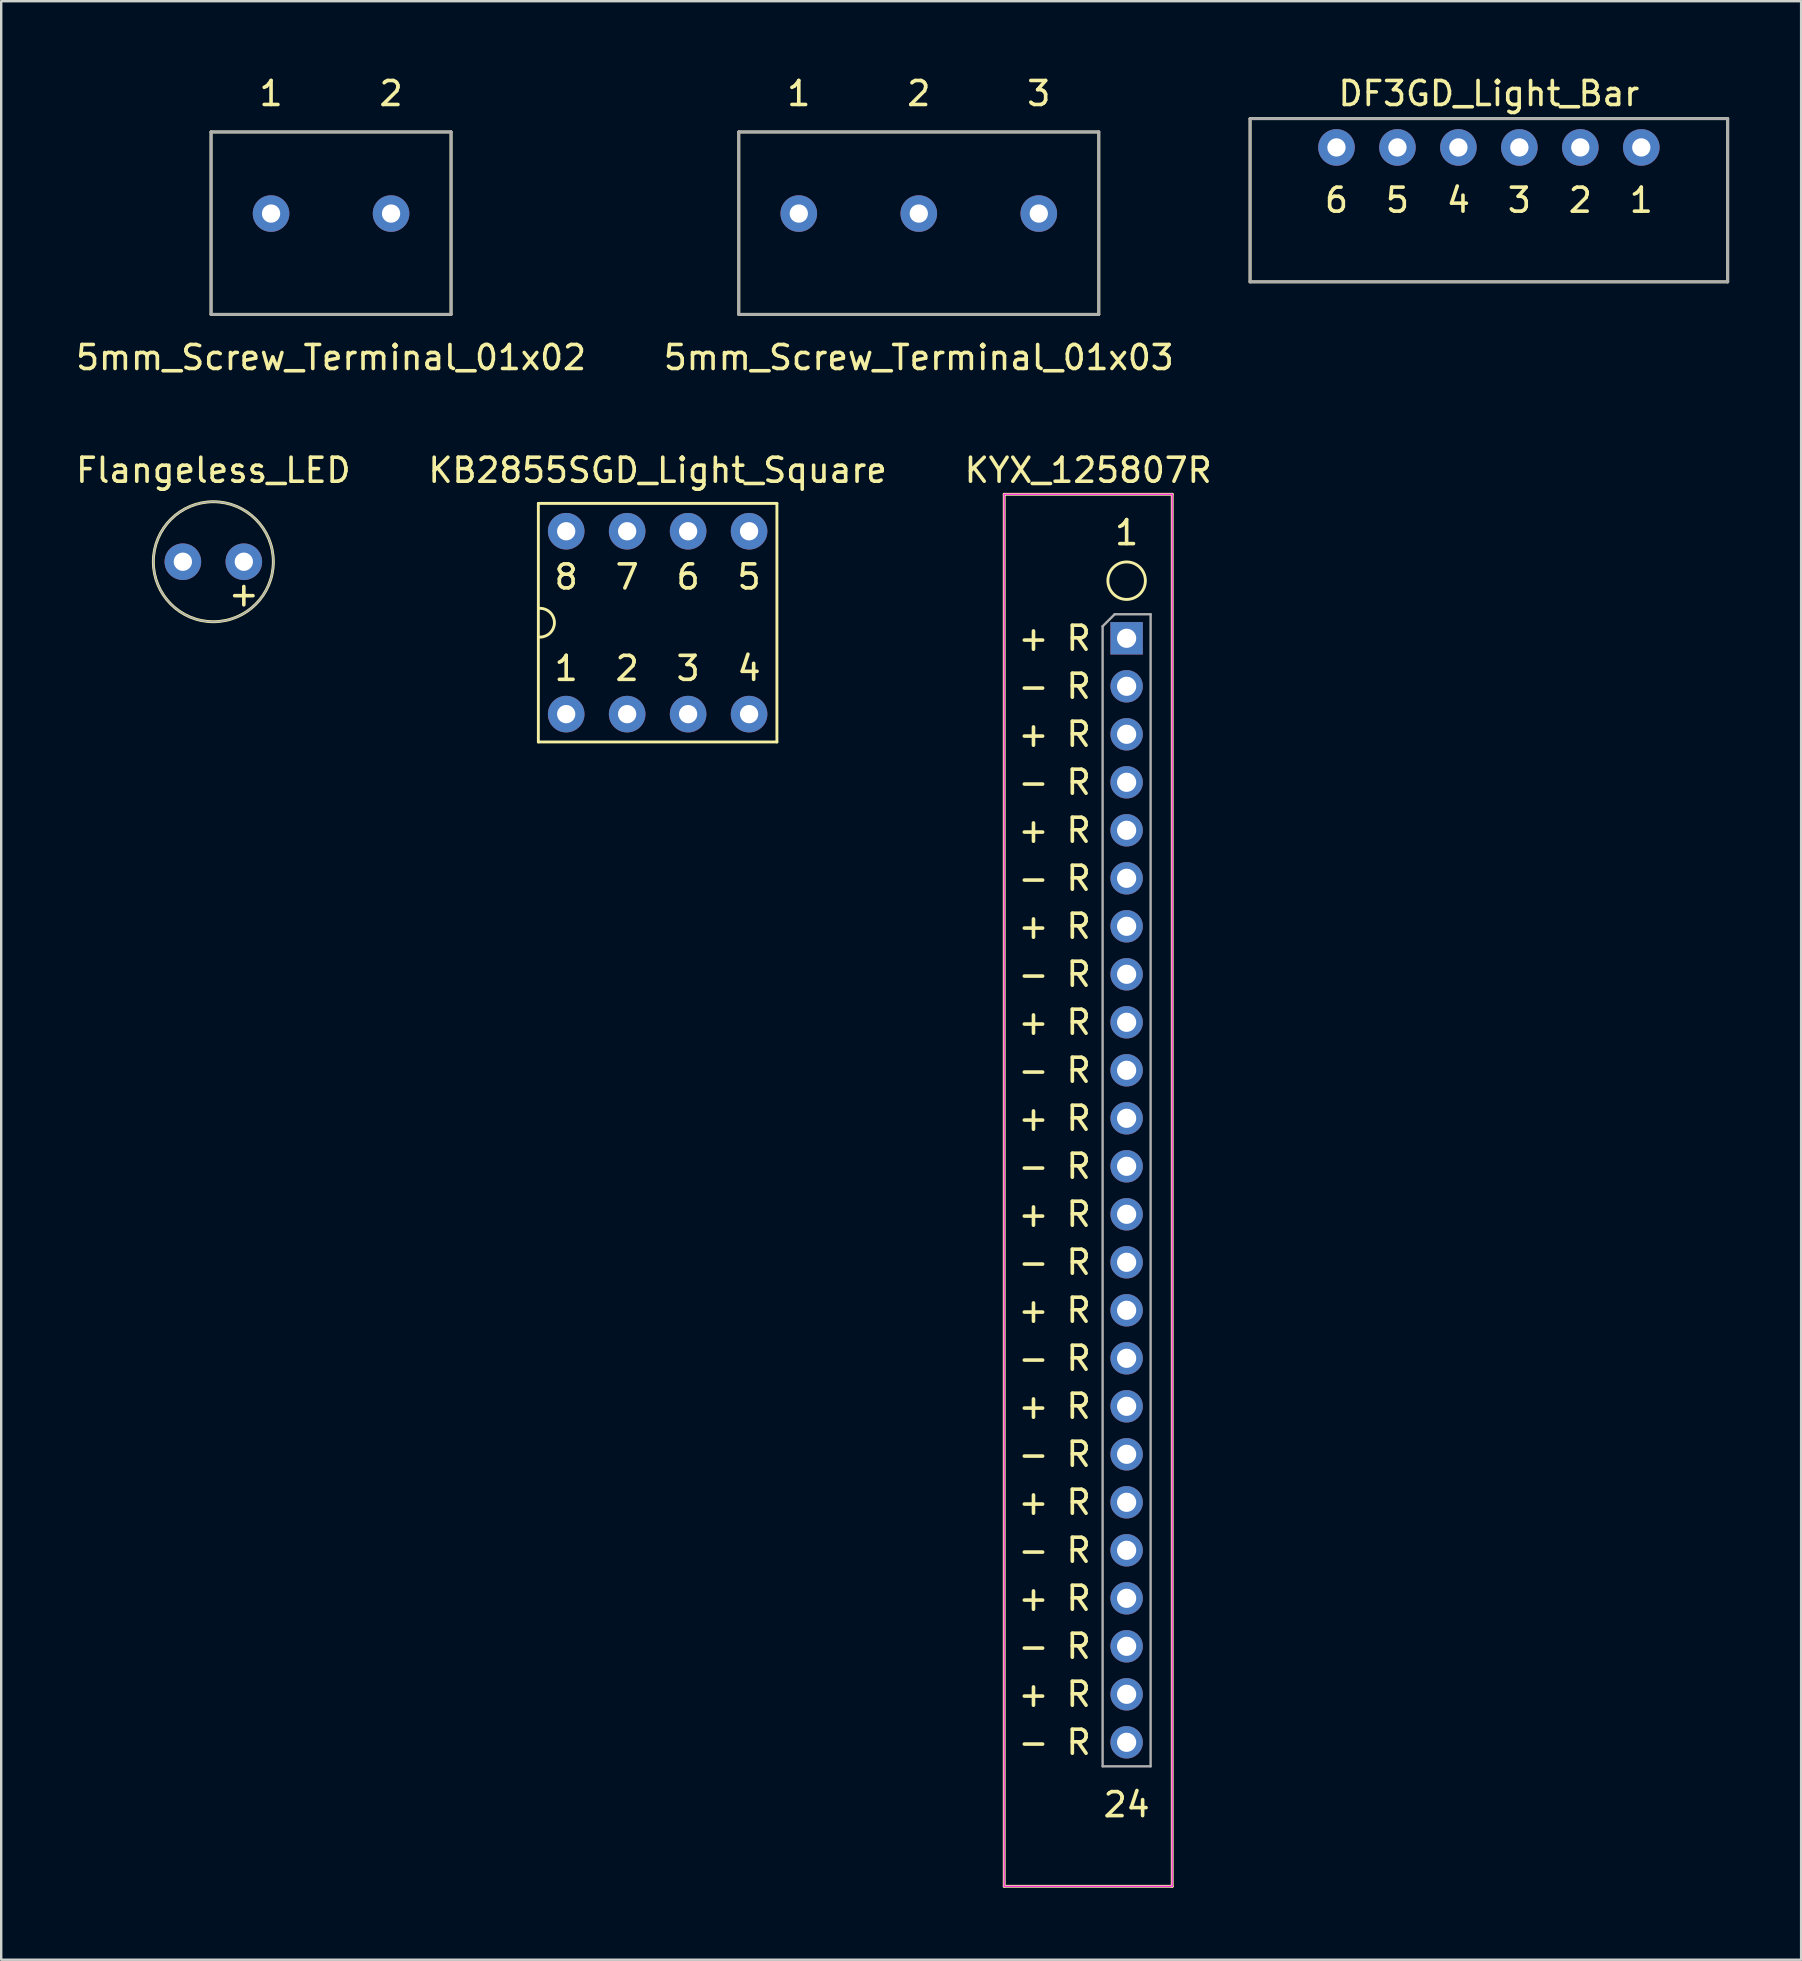
<source format=kicad_pcb>
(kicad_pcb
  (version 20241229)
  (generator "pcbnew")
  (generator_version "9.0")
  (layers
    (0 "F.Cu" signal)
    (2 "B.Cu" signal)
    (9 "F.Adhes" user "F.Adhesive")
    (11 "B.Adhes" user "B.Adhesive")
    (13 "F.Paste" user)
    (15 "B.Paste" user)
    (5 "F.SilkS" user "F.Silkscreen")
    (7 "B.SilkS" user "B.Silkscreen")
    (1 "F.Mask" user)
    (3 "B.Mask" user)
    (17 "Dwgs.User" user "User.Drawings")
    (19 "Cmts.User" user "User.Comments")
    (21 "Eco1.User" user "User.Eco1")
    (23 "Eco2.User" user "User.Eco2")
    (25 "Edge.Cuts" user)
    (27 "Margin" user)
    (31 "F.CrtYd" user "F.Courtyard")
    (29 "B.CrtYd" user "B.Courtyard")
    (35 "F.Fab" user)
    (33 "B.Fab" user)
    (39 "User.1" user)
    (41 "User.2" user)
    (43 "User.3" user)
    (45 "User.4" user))
  (footprint "KB2855SGD_Light_Square"
    (layer "F.Cu")
    (at 24.351 22.895)
    (property "Reference" "KB2855SGD_Light_Square" (at 0 -6.35 0) (layer "F.SilkS") (effects (font (size 1 1) (thickness 0.15))))
    (attr through_hole)
    (fp_line (start -4.97 -4.97) (end 4.97 -4.97) (stroke (width 0.12) (type solid)) (layer "F.SilkS"))
    (fp_line (start -4.97 4.97) (end -4.97 -4.97) (stroke (width 0.12) (type solid)) (layer "F.SilkS"))
    (fp_line (start 4.97 -4.97) (end 4.97 4.97) (stroke (width 0.12) (type solid)) (layer "F.SilkS"))
    (fp_line (start 4.97 4.97) (end -4.97 4.97) (stroke (width 0.12) (type solid)) (layer "F.SilkS"))
    (fp_arc (start -4.9 -0.6) (mid -4.3 0) (end -4.9 0.6) (stroke (width 0.12) (type solid)) (layer "F.SilkS"))
    (fp_text user "1" (at -3.81 1.905 0) (layer "F.SilkS") (effects (font (size 1 1) (thickness 0.15))))
    (fp_text user "6" (at 1.27 -1.905 0) (layer "F.SilkS") (effects (font (size 1 1) (thickness 0.15))))
    (fp_text user "7" (at -1.27 -1.905 0) (layer "F.SilkS") (effects (font (size 1 1) (thickness 0.15))))
    (fp_text user "3" (at 1.27 1.905 0) (layer "F.SilkS") (effects (font (size 1 1) (thickness 0.15))))
    (fp_text user "4" (at 3.81 1.905 0) (layer "F.SilkS") (effects (font (size 1 1) (thickness 0.15))))
    (fp_text user "2" (at -1.27 1.905 0) (layer "F.SilkS") (effects (font (size 1 1) (thickness 0.15))))
    (fp_text user "8" (at -3.81 -1.905 0) (layer "F.SilkS") (effects (font (size 1 1) (thickness 0.15))))
    (fp_text user "5" (at 3.81 -1.905 0) (layer "F.SilkS") (effects (font (size 1 1) (thickness 0.15))))
    (pad "1" thru_hole circle (at -3.81 3.81) (size 1.524 1.524) (drill 0.762) (layers "*.Cu" "*.Mask"))
    (pad "2" thru_hole circle (at -1.27 3.81) (size 1.524 1.524) (drill 0.762) (layers "*.Cu" "*.Mask"))
    (pad "3" thru_hole circle (at 1.27 3.81) (size 1.524 1.524) (drill 0.762) (layers "*.Cu" "*.Mask"))
    (pad "4" thru_hole circle (at 3.81 3.81) (size 1.524 1.524) (drill 0.762) (layers "*.Cu" "*.Mask"))
    (pad "5" thru_hole circle (at 3.81 -3.81) (size 1.524 1.524) (drill 0.762) (layers "*.Cu" "*.Mask"))
    (pad "6" thru_hole circle (at 1.27 -3.81) (size 1.524 1.524) (drill 0.762) (layers "*.Cu" "*.Mask"))
    (pad "7" thru_hole circle (at -1.27 -3.81) (size 1.524 1.524) (drill 0.762) (layers "*.Cu" "*.Mask"))
    (pad "8" thru_hole circle (at -3.81 -3.81) (size 1.524 1.524) (drill 0.762) (layers "*.Cu" "*.Mask")))
  (footprint "KYX_125807R"
    (layer "F.Cu")
    (at 43.892 21.145)
    (property "Reference" "KYX_125807R" (at -1.6 -4.6 0) (layer "F.SilkS") (effects (font (size 1 1) (thickness 0.15))))
    (attr through_hole)
    (fp_line (start -5.1 -3.6) (end -5.1 54.4) (stroke (width 0.12) (type solid)) (layer "F.SilkS"))
    (fp_line (start -5.1 -3.6) (end 1.9 -3.6) (stroke (width 0.12) (type solid)) (layer "F.SilkS"))
    (fp_line (start -5.1 54.4) (end 1.9 54.4) (stroke (width 0.12) (type solid)) (layer "F.SilkS"))
    (fp_line (start 1.9 -3.6) (end 1.9 54.4) (stroke (width 0.12) (type solid)) (layer "F.SilkS"))
    (fp_circle (center 0 0) (end 0.6 -0.5) (stroke (width 0.12) (type solid)) (fill no) (layer "F.SilkS"))
    (fp_line (start -5.1 -3.6) (end -5.1 54.4) (stroke (width 0.05) (type solid)) (layer "F.CrtYd"))
    (fp_line (start -5.1 54.4) (end 1.9 54.4) (stroke (width 0.05) (type solid)) (layer "F.CrtYd"))
    (fp_line (start 1.9 -3.6) (end -5.1 -3.6) (stroke (width 0.05) (type solid)) (layer "F.CrtYd"))
    (fp_line (start 1.9 54.4) (end 1.9 -3.6) (stroke (width 0.05) (type solid)) (layer "F.CrtYd"))
    (fp_line (start -1 1.9) (end -0.5 1.4) (stroke (width 0.1) (type solid)) (layer "F.Fab"))
    (fp_line (start -1 49.4) (end -1 1.9) (stroke (width 0.1) (type solid)) (layer "F.Fab"))
    (fp_line (start -0.5 1.4) (end 1 1.4) (stroke (width 0.1) (type solid)) (layer "F.Fab"))
    (fp_line (start 1 1.4) (end 1 49.4) (stroke (width 0.1) (type solid)) (layer "F.Fab"))
    (fp_line (start 1 49.4) (end -1 49.4) (stroke (width 0.1) (type solid)) (layer "F.Fab"))
    (fp_text user "+ R" (at -3 14.4 0) (unlocked yes) (layer "F.SilkS") (effects (font (size 1 1) (thickness 0.15))))
    (fp_text user "- R" (at -3 20.4 0) (unlocked yes) (layer "F.SilkS") (effects (font (size 1 1) (thickness 0.15))))
    (fp_text user "+ R" (at -3 22.4 0) (unlocked yes) (layer "F.SilkS") (effects (font (size 1 1) (thickness 0.15))))
    (fp_text user "- R" (at -3 32.4 0) (unlocked yes) (layer "F.SilkS") (effects (font (size 1 1) (thickness 0.15))))
    (fp_text user "- R" (at -3 48.4 0) (unlocked yes) (layer "F.SilkS") (effects (font (size 1 1) (thickness 0.15))))
    (fp_text user "- R" (at -3 24.4 0) (unlocked yes) (layer "F.SilkS") (effects (font (size 1 1) (thickness 0.15))))
    (fp_text user "+ R" (at -3 2.4 0) (unlocked yes) (layer "F.SilkS") (effects (font (size 1 1) (thickness 0.15))))
    (fp_text user "+ R" (at -3 34.4 0) (unlocked yes) (layer "F.SilkS") (effects (font (size 1 1) (thickness 0.15))))
    (fp_text user "+ R" (at -3 38.4 0) (unlocked yes) (layer "F.SilkS") (effects (font (size 1 1) (thickness 0.15))))
    (fp_text user "+ R" (at -3 10.4 0) (unlocked yes) (layer "F.SilkS") (effects (font (size 1 1) (thickness 0.15))))
    (fp_text user "+ R" (at -3 42.4 0) (unlocked yes) (layer "F.SilkS") (effects (font (size 1 1) (thickness 0.15))))
    (fp_text user "- R" (at -3 36.4 0) (unlocked yes) (layer "F.SilkS") (effects (font (size 1 1) (thickness 0.15))))
    (fp_text user "- R" (at -3 40.4 0) (unlocked yes) (layer "F.SilkS") (effects (font (size 1 1) (thickness 0.15))))
    (fp_text user "- R" (at -3 4.4 0) (unlocked yes) (layer "F.SilkS") (effects (font (size 1 1) (thickness 0.15))))
    (fp_text user "+ R" (at -3 30.4 0) (unlocked yes) (layer "F.SilkS") (effects (font (size 1 1) (thickness 0.15))))
    (fp_text user "- R" (at -3 16.4 0) (unlocked yes) (layer "F.SilkS") (effects (font (size 1 1) (thickness 0.15))))
    (fp_text user "+ R" (at -3 46.4 0) (unlocked yes) (layer "F.SilkS") (effects (font (size 1 1) (thickness 0.15))))
    (fp_text user "- R" (at -3 44.4 0) (unlocked yes) (layer "F.SilkS") (effects (font (size 1 1) (thickness 0.15))))
    (fp_text user "+ R" (at -3 18.4 0) (unlocked yes) (layer "F.SilkS") (effects (font (size 1 1) (thickness 0.15))))
    (fp_text user "24" (at 0 51 0) (layer "F.SilkS") (effects (font (size 1 1) (thickness 0.15))))
    (fp_text user "- R" (at -3 12.4 0) (unlocked yes) (layer "F.SilkS") (effects (font (size 1 1) (thickness 0.15))))
    (fp_text user "1" (at 0 -2 0) (layer "F.SilkS") (effects (font (size 1 1) (thickness 0.15))))
    (fp_text user "+ R" (at -3 26.4 0) (unlocked yes) (layer "F.SilkS") (effects (font (size 1 1) (thickness 0.15))))
    (fp_text user "- R" (at -3 28.4 0) (unlocked yes) (layer "F.SilkS") (effects (font (size 1 1) (thickness 0.15))))
    (fp_text user "+ R" (at -3 6.4 0) (unlocked yes) (layer "F.SilkS") (effects (font (size 1 1) (thickness 0.15))))
    (fp_text user "- R" (at -3 8.4 0) (unlocked yes) (layer "F.SilkS") (effects (font (size 1 1) (thickness 0.15))))
    (pad "1" thru_hole rect (at 0 2.4) (size 1.35 1.35) (drill 0.8) (layers "*.Cu" "*.Mask"))
    (pad "2" thru_hole oval (at 0 4.4) (size 1.35 1.35) (drill 0.8) (layers "*.Cu" "*.Mask"))
    (pad "3" thru_hole oval (at 0 6.4) (size 1.35 1.35) (drill 0.8) (layers "*.Cu" "*.Mask"))
    (pad "4" thru_hole oval (at 0 8.4) (size 1.35 1.35) (drill 0.8) (layers "*.Cu" "*.Mask"))
    (pad "5" thru_hole oval (at 0 10.4) (size 1.35 1.35) (drill 0.8) (layers "*.Cu" "*.Mask"))
    (pad "6" thru_hole oval (at 0 12.4) (size 1.35 1.35) (drill 0.8) (layers "*.Cu" "*.Mask"))
    (pad "7" thru_hole oval (at 0 14.4) (size 1.35 1.35) (drill 0.8) (layers "*.Cu" "*.Mask"))
    (pad "8" thru_hole oval (at 0 16.4) (size 1.35 1.35) (drill 0.8) (layers "*.Cu" "*.Mask"))
    (pad "9" thru_hole oval (at 0 18.4) (size 1.35 1.35) (drill 0.8) (layers "*.Cu" "*.Mask"))
    (pad "10" thru_hole oval (at 0 20.4) (size 1.35 1.35) (drill 0.8) (layers "*.Cu" "*.Mask"))
    (pad "11" thru_hole oval (at 0 22.4) (size 1.35 1.35) (drill 0.8) (layers "*.Cu" "*.Mask"))
    (pad "12" thru_hole oval (at 0 24.4) (size 1.35 1.35) (drill 0.8) (layers "*.Cu" "*.Mask"))
    (pad "13" thru_hole oval (at 0 26.4) (size 1.35 1.35) (drill 0.8) (layers "*.Cu" "*.Mask"))
    (pad "14" thru_hole oval (at 0 28.4) (size 1.35 1.35) (drill 0.8) (layers "*.Cu" "*.Mask"))
    (pad "15" thru_hole oval (at 0 30.4) (size 1.35 1.35) (drill 0.8) (layers "*.Cu" "*.Mask"))
    (pad "16" thru_hole oval (at 0 32.4) (size 1.35 1.35) (drill 0.8) (layers "*.Cu" "*.Mask"))
    (pad "17" thru_hole oval (at 0 34.4) (size 1.35 1.35) (drill 0.8) (layers "*.Cu" "*.Mask"))
    (pad "18" thru_hole oval (at 0 36.4) (size 1.35 1.35) (drill 0.8) (layers "*.Cu" "*.Mask"))
    (pad "19" thru_hole oval (at 0 38.4) (size 1.35 1.35) (drill 0.8) (layers "*.Cu" "*.Mask"))
    (pad "20" thru_hole oval (at 0 40.4) (size 1.35 1.35) (drill 0.8) (layers "*.Cu" "*.Mask"))
    (pad "21" thru_hole oval (at 0 42.4) (size 1.35 1.35) (drill 0.8) (layers "*.Cu" "*.Mask"))
    (pad "22" thru_hole oval (at 0 44.4) (size 1.35 1.35) (drill 0.8) (layers "*.Cu" "*.Mask"))
    (pad "23" thru_hole oval (at 0 46.4) (size 1.35 1.35) (drill 0.8) (layers "*.Cu" "*.Mask"))
    (pad "24" thru_hole oval (at 0 48.4) (size 1.35 1.35) (drill 0.8) (layers "*.Cu" "*.Mask")))
  (footprint "Flangeless_LED"
    (layer "F.Cu")
    (at 4.569 20.355)
    (property "Reference" "Flangeless_LED" (at 1.27 -3.81 0) (layer "F.SilkS") (effects (font (size 1 1) (thickness 0.15))))
    (attr through_hole)
    (fp_circle (center 1.27 0) (end 3.77 0) (stroke (width 0.12) (type solid)) (fill no) (layer "F.SilkS"))
    (fp_circle (center 1.27 0) (end 3.77 0) (stroke (width 0.064) (type solid)) (fill no) (layer "F.Fab"))
    (fp_text user "+" (at 2.54 1.34 0) (layer "F.SilkS") (effects (font (size 1 1) (thickness 0.15))))
    (pad "1" thru_hole circle (at 0 0) (size 1.524 1.524) (drill 0.762) (layers "*.Cu" "*.Mask"))
    (pad "2" thru_hole circle (at 2.54 0) (size 1.524 1.524) (drill 0.762) (layers "*.Cu" "*.Mask")))
  (footprint "5mm_Screw_Terminal_01x03"
    (layer "F.Cu")
    (at 35.232 5.848)
    (property "Reference" "5mm_Screw_Terminal_01x03" (at 0 6 0) (layer "F.SilkS") (effects (font (size 1 1) (thickness 0.15))))
    (attr through_hole)
    (fp_line (start -7.5 -3.4) (end -7.5 4.2) (stroke (width 0.12) (type solid)) (layer "F.SilkS"))
    (fp_line (start -7.5 4.2) (end 7.5 4.2) (stroke (width 0.12) (type solid)) (layer "F.SilkS"))
    (fp_line (start 7.5 -3.4) (end -7.5 -3.4) (stroke (width 0.12) (type solid)) (layer "F.SilkS"))
    (fp_line (start 7.5 4.2) (end 7.5 -3.4) (stroke (width 0.12) (type solid)) (layer "F.SilkS"))
    (fp_line (start -7.5 -3.4) (end -7.5 4.2) (stroke (width 0.12) (type solid)) (layer "F.Fab"))
    (fp_line (start -7.5 4.2) (end 7.5 4.2) (stroke (width 0.12) (type solid)) (layer "F.Fab"))
    (fp_line (start 7.5 -3.4) (end -7.5 -3.4) (stroke (width 0.12) (type solid)) (layer "F.Fab"))
    (fp_line (start 7.5 4.2) (end 7.5 -3.4) (stroke (width 0.12) (type solid)) (layer "F.Fab"))
    (fp_text user "2" (at 0 -5 0) (layer "F.SilkS") (effects (font (size 1 1) (thickness 0.15))))
    (fp_text user "1" (at -5 -5 0) (layer "F.SilkS") (effects (font (size 1 1) (thickness 0.15))))
    (fp_text user "3" (at 5 -5 0) (layer "F.SilkS") (effects (font (size 1 1) (thickness 0.15))))
    (pad "1" thru_hole circle (at -5 0) (size 1.524 1.524) (drill 0.762) (layers "*.Cu" "*.Mask"))
    (pad "2" thru_hole circle (at 0 0) (size 1.524 1.524) (drill 0.762) (layers "*.Cu" "*.Mask"))
    (pad "3" thru_hole circle (at 5 0) (size 1.524 1.524) (drill 0.762) (layers "*.Cu" "*.Mask")))
  (footprint "DF3GD_Light_Bar"
    (layer "F.Cu")
    (at 58.986 5.293)
    (property "Reference" "DF3GD_Light_Bar" (at 0 -4.445 0) (layer "F.SilkS") (effects (font (size 1 1) (thickness 0.15))))
    (attr through_hole)
    (fp_line (start -9.95 -3.4) (end -9.95 3.4) (stroke (width 0.12) (type solid)) (layer "F.SilkS"))
    (fp_line (start -9.95 -3.4) (end 9.95 -3.4) (stroke (width 0.12) (type solid)) (layer "F.SilkS"))
    (fp_line (start -9.95 3.4) (end 9.95 3.4) (stroke (width 0.12) (type solid)) (layer "F.SilkS"))
    (fp_line (start 9.95 -3.4) (end 9.95 3.4) (stroke (width 0.12) (type solid)) (layer "F.SilkS"))
    (fp_line (start -9.95 -3.4) (end 9.95 -3.4) (stroke (width 0.12) (type solid)) (layer "F.Fab"))
    (fp_line (start -9.95 3.4) (end -9.95 -3.4) (stroke (width 0.12) (type solid)) (layer "F.Fab"))
    (fp_line (start 9.95 -3.4) (end 9.95 3.4) (stroke (width 0.12) (type solid)) (layer "F.Fab"))
    (fp_line (start 9.95 3.4) (end -9.95 3.4) (stroke (width 0.12) (type solid)) (layer "F.Fab"))
    (fp_text user "1" (at 6.35 0 0) (layer "F.SilkS") (effects (font (size 1 1) (thickness 0.15))))
    (fp_text user "4" (at -1.27 0 0) (layer "F.SilkS") (effects (font (size 1 1) (thickness 0.15))))
    (fp_text user "3" (at 1.27 0 0) (layer "F.SilkS") (effects (font (size 1 1) (thickness 0.15))))
    (fp_text user "5" (at -3.81 0 0) (layer "F.SilkS") (effects (font (size 1 1) (thickness 0.15))))
    (fp_text user "6" (at -6.35 0 0) (layer "F.SilkS") (effects (font (size 1 1) (thickness 0.15))))
    (fp_text user "2" (at 3.81 0 0) (layer "F.SilkS") (effects (font (size 1 1) (thickness 0.15))))
    (pad "1" thru_hole circle (at 6.35 -2.2) (size 1.524 1.524) (drill 0.762) (layers "*.Cu" "*.Mask"))
    (pad "2" thru_hole circle (at 3.81 -2.2) (size 1.524 1.524) (drill 0.762) (layers "*.Cu" "*.Mask"))
    (pad "3" thru_hole circle (at 1.27 -2.2) (size 1.524 1.524) (drill 0.762) (layers "*.Cu" "*.Mask"))
    (pad "4" thru_hole circle (at -1.27 -2.2) (size 1.524 1.524) (drill 0.762) (layers "*.Cu" "*.Mask"))
    (pad "5" thru_hole circle (at -3.81 -2.2) (size 1.524 1.524) (drill 0.762) (layers "*.Cu" "*.Mask"))
    (pad "6" thru_hole circle (at -6.35 -2.2) (size 1.524 1.524) (drill 0.762) (layers "*.Cu" "*.Mask")))
  (footprint "5mm_Screw_Terminal_01x02"
    (layer "F.Cu")
    (at 10.744 5.848)
    (property "Reference" "5mm_Screw_Terminal_01x02" (at 0 6 0) (layer "F.SilkS") (effects (font (size 1 1) (thickness 0.15))))
    (attr through_hole)
    (fp_line (start -5 -3.4) (end -5 4.2) (stroke (width 0.12) (type solid)) (layer "F.SilkS"))
    (fp_line (start -5 4.2) (end 5 4.2) (stroke (width 0.12) (type solid)) (layer "F.SilkS"))
    (fp_line (start 5 -3.4) (end -5 -3.4) (stroke (width 0.12) (type solid)) (layer "F.SilkS"))
    (fp_line (start 5 4.2) (end 5 -3.4) (stroke (width 0.12) (type solid)) (layer "F.SilkS"))
    (fp_line (start -5 -3.4) (end -5 4.2) (stroke (width 0.12) (type solid)) (layer "F.Fab"))
    (fp_line (start -5 4.2) (end 5 4.2) (stroke (width 0.12) (type solid)) (layer "F.Fab"))
    (fp_line (start 5 -3.4) (end -5 -3.4) (stroke (width 0.12) (type solid)) (layer "F.Fab"))
    (fp_line (start 5 4.2) (end 5 -3.4) (stroke (width 0.12) (type solid)) (layer "F.Fab"))
    (fp_text user "2" (at 2.5 -5 0) (layer "F.SilkS") (effects (font (size 1 1) (thickness 0.15))))
    (fp_text user "1" (at -2.5 -5 0) (layer "F.SilkS") (effects (font (size 1 1) (thickness 0.15))))
    (pad "1" thru_hole circle (at -2.5 0) (size 1.524 1.524) (drill 0.762) (layers "*.Cu" "*.Mask"))
    (pad "2" thru_hole circle (at 2.5 0) (size 1.524 1.524) (drill 0.762) (layers "*.Cu" "*.Mask")))
  (gr_rect
    (start -3 -3)
    (end 71.996 78.605)
    (stroke (width 0.1) (type default))
    (fill no)
    (layer "Edge.Cuts")))
</source>
